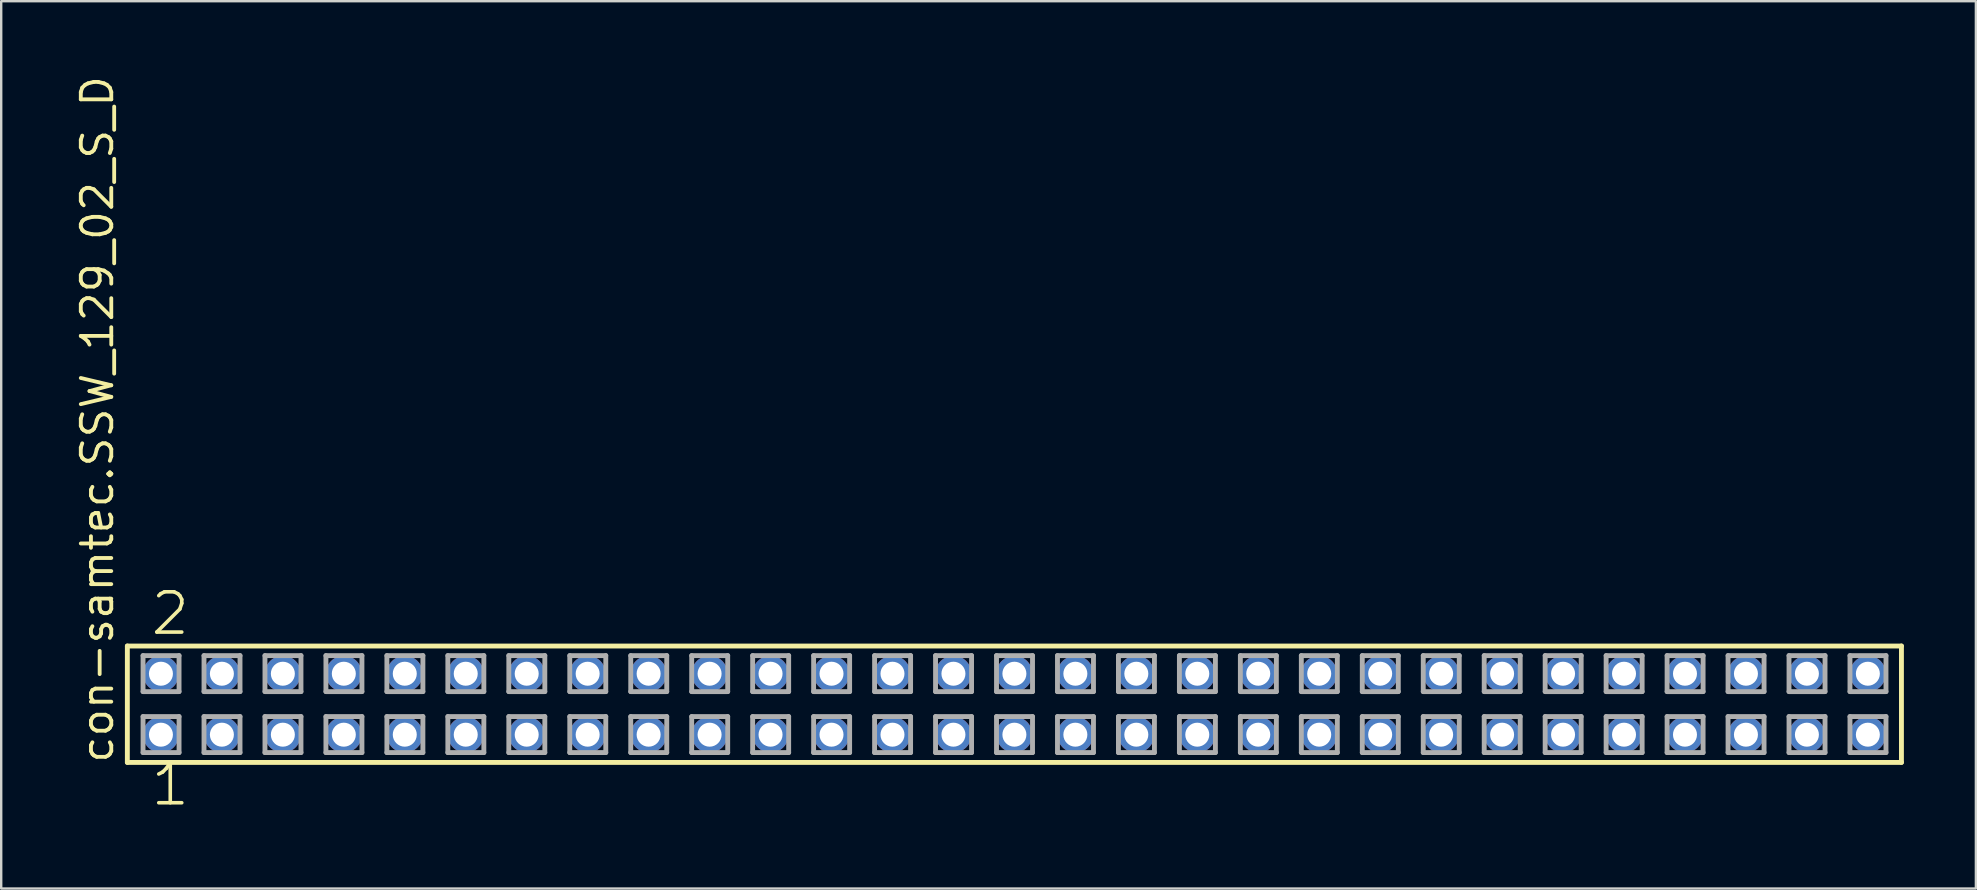
<source format=kicad_pcb>
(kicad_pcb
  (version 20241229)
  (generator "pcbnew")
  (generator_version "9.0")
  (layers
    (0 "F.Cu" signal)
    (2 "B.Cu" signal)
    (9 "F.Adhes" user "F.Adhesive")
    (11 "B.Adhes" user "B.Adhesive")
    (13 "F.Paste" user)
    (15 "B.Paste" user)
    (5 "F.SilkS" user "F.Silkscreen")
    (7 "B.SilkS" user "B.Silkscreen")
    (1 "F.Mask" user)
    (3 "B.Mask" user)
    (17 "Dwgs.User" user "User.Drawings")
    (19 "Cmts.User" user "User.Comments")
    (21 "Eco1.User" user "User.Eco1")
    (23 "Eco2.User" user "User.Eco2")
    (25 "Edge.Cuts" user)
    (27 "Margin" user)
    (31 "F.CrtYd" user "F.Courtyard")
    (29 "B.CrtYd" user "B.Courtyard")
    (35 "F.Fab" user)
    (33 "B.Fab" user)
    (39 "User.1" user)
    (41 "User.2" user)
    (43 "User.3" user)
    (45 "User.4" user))
  (footprint "con-samtec.SSW_129_02_S_D"
    (layer "F.Cu")
    (at 39.215 26.291)
    (property "Reference" "con-samtec.SSW_129_02_S_D" (at -37.465 2.54 90) (layer "F.SilkS") (effects (font (size 1.27 1.27) (thickness 0.16)) (justify left bottom)))
    (attr through_hole)
    (fp_line (start -36.959 -2.425) (end 36.959 -2.425) (stroke (width 0.203) (type default)) (layer "F.SilkS"))
    (fp_line (start -36.959 2.425) (end -36.959 -2.425) (stroke (width 0.203) (type default)) (layer "F.SilkS"))
    (fp_line (start 36.959 -2.425) (end 36.959 2.425) (stroke (width 0.203) (type default)) (layer "F.SilkS"))
    (fp_line (start 36.959 2.425) (end -36.959 2.425) (stroke (width 0.203) (type default)) (layer "F.SilkS"))
    (fp_line (start -36.305 -2.025) (end -34.805 -2.025) (stroke (width 0.203) (type default)) (layer "F.Fab"))
    (fp_line (start -36.305 -0.525) (end -36.305 -2.025) (stroke (width 0.203) (type default)) (layer "F.Fab"))
    (fp_line (start -36.305 0.515) (end -34.805 0.515) (stroke (width 0.203) (type default)) (layer "F.Fab"))
    (fp_line (start -36.305 2.015) (end -36.305 0.515) (stroke (width 0.203) (type default)) (layer "F.Fab"))
    (fp_line (start -34.805 -2.025) (end -34.805 -0.525) (stroke (width 0.203) (type default)) (layer "F.Fab"))
    (fp_line (start -34.805 -0.525) (end -36.305 -0.525) (stroke (width 0.203) (type default)) (layer "F.Fab"))
    (fp_line (start -34.805 0.515) (end -34.805 2.015) (stroke (width 0.203) (type default)) (layer "F.Fab"))
    (fp_line (start -34.805 2.015) (end -36.305 2.015) (stroke (width 0.203) (type default)) (layer "F.Fab"))
    (fp_line (start -33.765 -2.025) (end -32.265 -2.025) (stroke (width 0.203) (type default)) (layer "F.Fab"))
    (fp_line (start -33.765 -0.525) (end -33.765 -2.025) (stroke (width 0.203) (type default)) (layer "F.Fab"))
    (fp_line (start -33.765 0.515) (end -32.265 0.515) (stroke (width 0.203) (type default)) (layer "F.Fab"))
    (fp_line (start -33.765 2.015) (end -33.765 0.515) (stroke (width 0.203) (type default)) (layer "F.Fab"))
    (fp_line (start -32.265 -2.025) (end -32.265 -0.525) (stroke (width 0.203) (type default)) (layer "F.Fab"))
    (fp_line (start -32.265 -0.525) (end -33.765 -0.525) (stroke (width 0.203) (type default)) (layer "F.Fab"))
    (fp_line (start -32.265 0.515) (end -32.265 2.015) (stroke (width 0.203) (type default)) (layer "F.Fab"))
    (fp_line (start -32.265 2.015) (end -33.765 2.015) (stroke (width 0.203) (type default)) (layer "F.Fab"))
    (fp_line (start -31.225 -2.025) (end -29.725 -2.025) (stroke (width 0.203) (type default)) (layer "F.Fab"))
    (fp_line (start -31.225 -0.525) (end -31.225 -2.025) (stroke (width 0.203) (type default)) (layer "F.Fab"))
    (fp_line (start -31.225 0.515) (end -29.725 0.515) (stroke (width 0.203) (type default)) (layer "F.Fab"))
    (fp_line (start -31.225 2.015) (end -31.225 0.515) (stroke (width 0.203) (type default)) (layer "F.Fab"))
    (fp_line (start -29.725 -2.025) (end -29.725 -0.525) (stroke (width 0.203) (type default)) (layer "F.Fab"))
    (fp_line (start -29.725 -0.525) (end -31.225 -0.525) (stroke (width 0.203) (type default)) (layer "F.Fab"))
    (fp_line (start -29.725 0.515) (end -29.725 2.015) (stroke (width 0.203) (type default)) (layer "F.Fab"))
    (fp_line (start -29.725 2.015) (end -31.225 2.015) (stroke (width 0.203) (type default)) (layer "F.Fab"))
    (fp_line (start -28.685 -2.025) (end -27.185 -2.025) (stroke (width 0.203) (type default)) (layer "F.Fab"))
    (fp_line (start -28.685 -0.525) (end -28.685 -2.025) (stroke (width 0.203) (type default)) (layer "F.Fab"))
    (fp_line (start -28.685 0.515) (end -27.185 0.515) (stroke (width 0.203) (type default)) (layer "F.Fab"))
    (fp_line (start -28.685 2.015) (end -28.685 0.515) (stroke (width 0.203) (type default)) (layer "F.Fab"))
    (fp_line (start -27.185 -2.025) (end -27.185 -0.525) (stroke (width 0.203) (type default)) (layer "F.Fab"))
    (fp_line (start -27.185 -0.525) (end -28.685 -0.525) (stroke (width 0.203) (type default)) (layer "F.Fab"))
    (fp_line (start -27.185 0.515) (end -27.185 2.015) (stroke (width 0.203) (type default)) (layer "F.Fab"))
    (fp_line (start -27.185 2.015) (end -28.685 2.015) (stroke (width 0.203) (type default)) (layer "F.Fab"))
    (fp_line (start -26.145 -2.025) (end -24.645 -2.025) (stroke (width 0.203) (type default)) (layer "F.Fab"))
    (fp_line (start -26.145 -0.525) (end -26.145 -2.025) (stroke (width 0.203) (type default)) (layer "F.Fab"))
    (fp_line (start -26.145 0.515) (end -24.645 0.515) (stroke (width 0.203) (type default)) (layer "F.Fab"))
    (fp_line (start -26.145 2.015) (end -26.145 0.515) (stroke (width 0.203) (type default)) (layer "F.Fab"))
    (fp_line (start -24.645 -2.025) (end -24.645 -0.525) (stroke (width 0.203) (type default)) (layer "F.Fab"))
    (fp_line (start -24.645 -0.525) (end -26.145 -0.525) (stroke (width 0.203) (type default)) (layer "F.Fab"))
    (fp_line (start -24.645 0.515) (end -24.645 2.015) (stroke (width 0.203) (type default)) (layer "F.Fab"))
    (fp_line (start -24.645 2.015) (end -26.145 2.015) (stroke (width 0.203) (type default)) (layer "F.Fab"))
    (fp_line (start -23.605 -2.025) (end -22.105 -2.025) (stroke (width 0.203) (type default)) (layer "F.Fab"))
    (fp_line (start -23.605 -0.525) (end -23.605 -2.025) (stroke (width 0.203) (type default)) (layer "F.Fab"))
    (fp_line (start -23.605 0.515) (end -22.105 0.515) (stroke (width 0.203) (type default)) (layer "F.Fab"))
    (fp_line (start -23.605 2.015) (end -23.605 0.515) (stroke (width 0.203) (type default)) (layer "F.Fab"))
    (fp_line (start -22.105 -2.025) (end -22.105 -0.525) (stroke (width 0.203) (type default)) (layer "F.Fab"))
    (fp_line (start -22.105 -0.525) (end -23.605 -0.525) (stroke (width 0.203) (type default)) (layer "F.Fab"))
    (fp_line (start -22.105 0.515) (end -22.105 2.015) (stroke (width 0.203) (type default)) (layer "F.Fab"))
    (fp_line (start -22.105 2.015) (end -23.605 2.015) (stroke (width 0.203) (type default)) (layer "F.Fab"))
    (fp_line (start -21.065 -2.025) (end -19.565 -2.025) (stroke (width 0.203) (type default)) (layer "F.Fab"))
    (fp_line (start -21.065 -0.525) (end -21.065 -2.025) (stroke (width 0.203) (type default)) (layer "F.Fab"))
    (fp_line (start -21.065 0.515) (end -19.565 0.515) (stroke (width 0.203) (type default)) (layer "F.Fab"))
    (fp_line (start -21.065 2.015) (end -21.065 0.515) (stroke (width 0.203) (type default)) (layer "F.Fab"))
    (fp_line (start -19.565 -2.025) (end -19.565 -0.525) (stroke (width 0.203) (type default)) (layer "F.Fab"))
    (fp_line (start -19.565 -0.525) (end -21.065 -0.525) (stroke (width 0.203) (type default)) (layer "F.Fab"))
    (fp_line (start -19.565 0.515) (end -19.565 2.015) (stroke (width 0.203) (type default)) (layer "F.Fab"))
    (fp_line (start -19.565 2.015) (end -21.065 2.015) (stroke (width 0.203) (type default)) (layer "F.Fab"))
    (fp_line (start -18.525 -2.025) (end -17.025 -2.025) (stroke (width 0.203) (type default)) (layer "F.Fab"))
    (fp_line (start -18.525 -0.525) (end -18.525 -2.025) (stroke (width 0.203) (type default)) (layer "F.Fab"))
    (fp_line (start -18.525 0.515) (end -17.025 0.515) (stroke (width 0.203) (type default)) (layer "F.Fab"))
    (fp_line (start -18.525 2.015) (end -18.525 0.515) (stroke (width 0.203) (type default)) (layer "F.Fab"))
    (fp_line (start -17.025 -2.025) (end -17.025 -0.525) (stroke (width 0.203) (type default)) (layer "F.Fab"))
    (fp_line (start -17.025 -0.525) (end -18.525 -0.525) (stroke (width 0.203) (type default)) (layer "F.Fab"))
    (fp_line (start -17.025 0.515) (end -17.025 2.015) (stroke (width 0.203) (type default)) (layer "F.Fab"))
    (fp_line (start -17.025 2.015) (end -18.525 2.015) (stroke (width 0.203) (type default)) (layer "F.Fab"))
    (fp_line (start -15.985 -2.025) (end -14.485 -2.025) (stroke (width 0.203) (type default)) (layer "F.Fab"))
    (fp_line (start -15.985 -0.525) (end -15.985 -2.025) (stroke (width 0.203) (type default)) (layer "F.Fab"))
    (fp_line (start -15.985 0.515) (end -14.485 0.515) (stroke (width 0.203) (type default)) (layer "F.Fab"))
    (fp_line (start -15.985 2.015) (end -15.985 0.515) (stroke (width 0.203) (type default)) (layer "F.Fab"))
    (fp_line (start -14.485 -2.025) (end -14.485 -0.525) (stroke (width 0.203) (type default)) (layer "F.Fab"))
    (fp_line (start -14.485 -0.525) (end -15.985 -0.525) (stroke (width 0.203) (type default)) (layer "F.Fab"))
    (fp_line (start -14.485 0.515) (end -14.485 2.015) (stroke (width 0.203) (type default)) (layer "F.Fab"))
    (fp_line (start -14.485 2.015) (end -15.985 2.015) (stroke (width 0.203) (type default)) (layer "F.Fab"))
    (fp_line (start -13.445 -2.025) (end -11.945 -2.025) (stroke (width 0.203) (type default)) (layer "F.Fab"))
    (fp_line (start -13.445 -0.525) (end -13.445 -2.025) (stroke (width 0.203) (type default)) (layer "F.Fab"))
    (fp_line (start -13.445 0.515) (end -11.945 0.515) (stroke (width 0.203) (type default)) (layer "F.Fab"))
    (fp_line (start -13.445 2.015) (end -13.445 0.515) (stroke (width 0.203) (type default)) (layer "F.Fab"))
    (fp_line (start -11.945 -2.025) (end -11.945 -0.525) (stroke (width 0.203) (type default)) (layer "F.Fab"))
    (fp_line (start -11.945 -0.525) (end -13.445 -0.525) (stroke (width 0.203) (type default)) (layer "F.Fab"))
    (fp_line (start -11.945 0.515) (end -11.945 2.015) (stroke (width 0.203) (type default)) (layer "F.Fab"))
    (fp_line (start -11.945 2.015) (end -13.445 2.015) (stroke (width 0.203) (type default)) (layer "F.Fab"))
    (fp_line (start -10.905 -2.025) (end -9.405 -2.025) (stroke (width 0.203) (type default)) (layer "F.Fab"))
    (fp_line (start -10.905 -0.525) (end -10.905 -2.025) (stroke (width 0.203) (type default)) (layer "F.Fab"))
    (fp_line (start -10.905 0.515) (end -9.405 0.515) (stroke (width 0.203) (type default)) (layer "F.Fab"))
    (fp_line (start -10.905 2.015) (end -10.905 0.515) (stroke (width 0.203) (type default)) (layer "F.Fab"))
    (fp_line (start -9.405 -2.025) (end -9.405 -0.525) (stroke (width 0.203) (type default)) (layer "F.Fab"))
    (fp_line (start -9.405 -0.525) (end -10.905 -0.525) (stroke (width 0.203) (type default)) (layer "F.Fab"))
    (fp_line (start -9.405 0.515) (end -9.405 2.015) (stroke (width 0.203) (type default)) (layer "F.Fab"))
    (fp_line (start -9.405 2.015) (end -10.905 2.015) (stroke (width 0.203) (type default)) (layer "F.Fab"))
    (fp_line (start -8.365 -2.025) (end -6.865 -2.025) (stroke (width 0.203) (type default)) (layer "F.Fab"))
    (fp_line (start -8.365 -0.525) (end -8.365 -2.025) (stroke (width 0.203) (type default)) (layer "F.Fab"))
    (fp_line (start -8.365 0.515) (end -6.865 0.515) (stroke (width 0.203) (type default)) (layer "F.Fab"))
    (fp_line (start -8.365 2.015) (end -8.365 0.515) (stroke (width 0.203) (type default)) (layer "F.Fab"))
    (fp_line (start -6.865 -2.025) (end -6.865 -0.525) (stroke (width 0.203) (type default)) (layer "F.Fab"))
    (fp_line (start -6.865 -0.525) (end -8.365 -0.525) (stroke (width 0.203) (type default)) (layer "F.Fab"))
    (fp_line (start -6.865 0.515) (end -6.865 2.015) (stroke (width 0.203) (type default)) (layer "F.Fab"))
    (fp_line (start -6.865 2.015) (end -8.365 2.015) (stroke (width 0.203) (type default)) (layer "F.Fab"))
    (fp_line (start -5.825 -2.025) (end -4.325 -2.025) (stroke (width 0.203) (type default)) (layer "F.Fab"))
    (fp_line (start -5.825 -0.525) (end -5.825 -2.025) (stroke (width 0.203) (type default)) (layer "F.Fab"))
    (fp_line (start -5.825 0.515) (end -4.325 0.515) (stroke (width 0.203) (type default)) (layer "F.Fab"))
    (fp_line (start -5.825 2.015) (end -5.825 0.515) (stroke (width 0.203) (type default)) (layer "F.Fab"))
    (fp_line (start -4.325 -2.025) (end -4.325 -0.525) (stroke (width 0.203) (type default)) (layer "F.Fab"))
    (fp_line (start -4.325 -0.525) (end -5.825 -0.525) (stroke (width 0.203) (type default)) (layer "F.Fab"))
    (fp_line (start -4.325 0.515) (end -4.325 2.015) (stroke (width 0.203) (type default)) (layer "F.Fab"))
    (fp_line (start -4.325 2.015) (end -5.825 2.015) (stroke (width 0.203) (type default)) (layer "F.Fab"))
    (fp_line (start -3.285 -2.025) (end -1.785 -2.025) (stroke (width 0.203) (type default)) (layer "F.Fab"))
    (fp_line (start -3.285 -0.525) (end -3.285 -2.025) (stroke (width 0.203) (type default)) (layer "F.Fab"))
    (fp_line (start -3.285 0.515) (end -1.785 0.515) (stroke (width 0.203) (type default)) (layer "F.Fab"))
    (fp_line (start -3.285 2.015) (end -3.285 0.515) (stroke (width 0.203) (type default)) (layer "F.Fab"))
    (fp_line (start -1.785 -2.025) (end -1.785 -0.525) (stroke (width 0.203) (type default)) (layer "F.Fab"))
    (fp_line (start -1.785 -0.525) (end -3.285 -0.525) (stroke (width 0.203) (type default)) (layer "F.Fab"))
    (fp_line (start -1.785 0.515) (end -1.785 2.015) (stroke (width 0.203) (type default)) (layer "F.Fab"))
    (fp_line (start -1.785 2.015) (end -3.285 2.015) (stroke (width 0.203) (type default)) (layer "F.Fab"))
    (fp_line (start -0.745 -2.025) (end 0.755 -2.025) (stroke (width 0.203) (type default)) (layer "F.Fab"))
    (fp_line (start -0.745 -0.525) (end -0.745 -2.025) (stroke (width 0.203) (type default)) (layer "F.Fab"))
    (fp_line (start -0.745 0.515) (end 0.755 0.515) (stroke (width 0.203) (type default)) (layer "F.Fab"))
    (fp_line (start -0.745 2.015) (end -0.745 0.515) (stroke (width 0.203) (type default)) (layer "F.Fab"))
    (fp_line (start 0.755 -2.025) (end 0.755 -0.525) (stroke (width 0.203) (type default)) (layer "F.Fab"))
    (fp_line (start 0.755 -0.525) (end -0.745 -0.525) (stroke (width 0.203) (type default)) (layer "F.Fab"))
    (fp_line (start 0.755 0.515) (end 0.755 2.015) (stroke (width 0.203) (type default)) (layer "F.Fab"))
    (fp_line (start 0.755 2.015) (end -0.745 2.015) (stroke (width 0.203) (type default)) (layer "F.Fab"))
    (fp_line (start 1.795 -2.025) (end 3.295 -2.025) (stroke (width 0.203) (type default)) (layer "F.Fab"))
    (fp_line (start 1.795 -0.525) (end 1.795 -2.025) (stroke (width 0.203) (type default)) (layer "F.Fab"))
    (fp_line (start 1.795 0.515) (end 3.295 0.515) (stroke (width 0.203) (type default)) (layer "F.Fab"))
    (fp_line (start 1.795 2.015) (end 1.795 0.515) (stroke (width 0.203) (type default)) (layer "F.Fab"))
    (fp_line (start 3.295 -2.025) (end 3.295 -0.525) (stroke (width 0.203) (type default)) (layer "F.Fab"))
    (fp_line (start 3.295 -0.525) (end 1.795 -0.525) (stroke (width 0.203) (type default)) (layer "F.Fab"))
    (fp_line (start 3.295 0.515) (end 3.295 2.015) (stroke (width 0.203) (type default)) (layer "F.Fab"))
    (fp_line (start 3.295 2.015) (end 1.795 2.015) (stroke (width 0.203) (type default)) (layer "F.Fab"))
    (fp_line (start 4.335 -2.025) (end 5.835 -2.025) (stroke (width 0.203) (type default)) (layer "F.Fab"))
    (fp_line (start 4.335 -0.525) (end 4.335 -2.025) (stroke (width 0.203) (type default)) (layer "F.Fab"))
    (fp_line (start 4.335 0.515) (end 5.835 0.515) (stroke (width 0.203) (type default)) (layer "F.Fab"))
    (fp_line (start 4.335 2.015) (end 4.335 0.515) (stroke (width 0.203) (type default)) (layer "F.Fab"))
    (fp_line (start 5.835 -2.025) (end 5.835 -0.525) (stroke (width 0.203) (type default)) (layer "F.Fab"))
    (fp_line (start 5.835 -0.525) (end 4.335 -0.525) (stroke (width 0.203) (type default)) (layer "F.Fab"))
    (fp_line (start 5.835 0.515) (end 5.835 2.015) (stroke (width 0.203) (type default)) (layer "F.Fab"))
    (fp_line (start 5.835 2.015) (end 4.335 2.015) (stroke (width 0.203) (type default)) (layer "F.Fab"))
    (fp_line (start 6.875 -2.025) (end 8.375 -2.025) (stroke (width 0.203) (type default)) (layer "F.Fab"))
    (fp_line (start 6.875 -0.525) (end 6.875 -2.025) (stroke (width 0.203) (type default)) (layer "F.Fab"))
    (fp_line (start 6.875 0.515) (end 8.375 0.515) (stroke (width 0.203) (type default)) (layer "F.Fab"))
    (fp_line (start 6.875 2.015) (end 6.875 0.515) (stroke (width 0.203) (type default)) (layer "F.Fab"))
    (fp_line (start 8.375 -2.025) (end 8.375 -0.525) (stroke (width 0.203) (type default)) (layer "F.Fab"))
    (fp_line (start 8.375 -0.525) (end 6.875 -0.525) (stroke (width 0.203) (type default)) (layer "F.Fab"))
    (fp_line (start 8.375 0.515) (end 8.375 2.015) (stroke (width 0.203) (type default)) (layer "F.Fab"))
    (fp_line (start 8.375 2.015) (end 6.875 2.015) (stroke (width 0.203) (type default)) (layer "F.Fab"))
    (fp_line (start 9.415 -2.025) (end 10.915 -2.025) (stroke (width 0.203) (type default)) (layer "F.Fab"))
    (fp_line (start 9.415 -0.525) (end 9.415 -2.025) (stroke (width 0.203) (type default)) (layer "F.Fab"))
    (fp_line (start 9.415 0.515) (end 10.915 0.515) (stroke (width 0.203) (type default)) (layer "F.Fab"))
    (fp_line (start 9.415 2.015) (end 9.415 0.515) (stroke (width 0.203) (type default)) (layer "F.Fab"))
    (fp_line (start 10.915 -2.025) (end 10.915 -0.525) (stroke (width 0.203) (type default)) (layer "F.Fab"))
    (fp_line (start 10.915 -0.525) (end 9.415 -0.525) (stroke (width 0.203) (type default)) (layer "F.Fab"))
    (fp_line (start 10.915 0.515) (end 10.915 2.015) (stroke (width 0.203) (type default)) (layer "F.Fab"))
    (fp_line (start 10.915 2.015) (end 9.415 2.015) (stroke (width 0.203) (type default)) (layer "F.Fab"))
    (fp_line (start 11.955 -2.025) (end 13.455 -2.025) (stroke (width 0.203) (type default)) (layer "F.Fab"))
    (fp_line (start 11.955 -0.525) (end 11.955 -2.025) (stroke (width 0.203) (type default)) (layer "F.Fab"))
    (fp_line (start 11.955 0.515) (end 13.455 0.515) (stroke (width 0.203) (type default)) (layer "F.Fab"))
    (fp_line (start 11.955 2.015) (end 11.955 0.515) (stroke (width 0.203) (type default)) (layer "F.Fab"))
    (fp_line (start 13.455 -2.025) (end 13.455 -0.525) (stroke (width 0.203) (type default)) (layer "F.Fab"))
    (fp_line (start 13.455 -0.525) (end 11.955 -0.525) (stroke (width 0.203) (type default)) (layer "F.Fab"))
    (fp_line (start 13.455 0.515) (end 13.455 2.015) (stroke (width 0.203) (type default)) (layer "F.Fab"))
    (fp_line (start 13.455 2.015) (end 11.955 2.015) (stroke (width 0.203) (type default)) (layer "F.Fab"))
    (fp_line (start 14.495 -2.025) (end 15.995 -2.025) (stroke (width 0.203) (type default)) (layer "F.Fab"))
    (fp_line (start 14.495 -0.525) (end 14.495 -2.025) (stroke (width 0.203) (type default)) (layer "F.Fab"))
    (fp_line (start 14.495 0.515) (end 15.995 0.515) (stroke (width 0.203) (type default)) (layer "F.Fab"))
    (fp_line (start 14.495 2.015) (end 14.495 0.515) (stroke (width 0.203) (type default)) (layer "F.Fab"))
    (fp_line (start 15.995 -2.025) (end 15.995 -0.525) (stroke (width 0.203) (type default)) (layer "F.Fab"))
    (fp_line (start 15.995 -0.525) (end 14.495 -0.525) (stroke (width 0.203) (type default)) (layer "F.Fab"))
    (fp_line (start 15.995 0.515) (end 15.995 2.015) (stroke (width 0.203) (type default)) (layer "F.Fab"))
    (fp_line (start 15.995 2.015) (end 14.495 2.015) (stroke (width 0.203) (type default)) (layer "F.Fab"))
    (fp_line (start 17.035 -2.025) (end 18.535 -2.025) (stroke (width 0.203) (type default)) (layer "F.Fab"))
    (fp_line (start 17.035 -0.525) (end 17.035 -2.025) (stroke (width 0.203) (type default)) (layer "F.Fab"))
    (fp_line (start 17.035 0.515) (end 18.535 0.515) (stroke (width 0.203) (type default)) (layer "F.Fab"))
    (fp_line (start 17.035 2.015) (end 17.035 0.515) (stroke (width 0.203) (type default)) (layer "F.Fab"))
    (fp_line (start 18.535 -2.025) (end 18.535 -0.525) (stroke (width 0.203) (type default)) (layer "F.Fab"))
    (fp_line (start 18.535 -0.525) (end 17.035 -0.525) (stroke (width 0.203) (type default)) (layer "F.Fab"))
    (fp_line (start 18.535 0.515) (end 18.535 2.015) (stroke (width 0.203) (type default)) (layer "F.Fab"))
    (fp_line (start 18.535 2.015) (end 17.035 2.015) (stroke (width 0.203) (type default)) (layer "F.Fab"))
    (fp_line (start 19.575 -2.025) (end 21.075 -2.025) (stroke (width 0.203) (type default)) (layer "F.Fab"))
    (fp_line (start 19.575 -0.525) (end 19.575 -2.025) (stroke (width 0.203) (type default)) (layer "F.Fab"))
    (fp_line (start 19.575 0.515) (end 21.075 0.515) (stroke (width 0.203) (type default)) (layer "F.Fab"))
    (fp_line (start 19.575 2.015) (end 19.575 0.515) (stroke (width 0.203) (type default)) (layer "F.Fab"))
    (fp_line (start 21.075 -2.025) (end 21.075 -0.525) (stroke (width 0.203) (type default)) (layer "F.Fab"))
    (fp_line (start 21.075 -0.525) (end 19.575 -0.525) (stroke (width 0.203) (type default)) (layer "F.Fab"))
    (fp_line (start 21.075 0.515) (end 21.075 2.015) (stroke (width 0.203) (type default)) (layer "F.Fab"))
    (fp_line (start 21.075 2.015) (end 19.575 2.015) (stroke (width 0.203) (type default)) (layer "F.Fab"))
    (fp_line (start 22.115 -2.025) (end 23.615 -2.025) (stroke (width 0.203) (type default)) (layer "F.Fab"))
    (fp_line (start 22.115 -0.525) (end 22.115 -2.025) (stroke (width 0.203) (type default)) (layer "F.Fab"))
    (fp_line (start 22.115 0.515) (end 23.615 0.515) (stroke (width 0.203) (type default)) (layer "F.Fab"))
    (fp_line (start 22.115 2.015) (end 22.115 0.515) (stroke (width 0.203) (type default)) (layer "F.Fab"))
    (fp_line (start 23.615 -2.025) (end 23.615 -0.525) (stroke (width 0.203) (type default)) (layer "F.Fab"))
    (fp_line (start 23.615 -0.525) (end 22.115 -0.525) (stroke (width 0.203) (type default)) (layer "F.Fab"))
    (fp_line (start 23.615 0.515) (end 23.615 2.015) (stroke (width 0.203) (type default)) (layer "F.Fab"))
    (fp_line (start 23.615 2.015) (end 22.115 2.015) (stroke (width 0.203) (type default)) (layer "F.Fab"))
    (fp_line (start 24.655 -2.025) (end 26.155 -2.025) (stroke (width 0.203) (type default)) (layer "F.Fab"))
    (fp_line (start 24.655 -0.525) (end 24.655 -2.025) (stroke (width 0.203) (type default)) (layer "F.Fab"))
    (fp_line (start 24.655 0.515) (end 26.155 0.515) (stroke (width 0.203) (type default)) (layer "F.Fab"))
    (fp_line (start 24.655 2.015) (end 24.655 0.515) (stroke (width 0.203) (type default)) (layer "F.Fab"))
    (fp_line (start 26.155 -2.025) (end 26.155 -0.525) (stroke (width 0.203) (type default)) (layer "F.Fab"))
    (fp_line (start 26.155 -0.525) (end 24.655 -0.525) (stroke (width 0.203) (type default)) (layer "F.Fab"))
    (fp_line (start 26.155 0.515) (end 26.155 2.015) (stroke (width 0.203) (type default)) (layer "F.Fab"))
    (fp_line (start 26.155 2.015) (end 24.655 2.015) (stroke (width 0.203) (type default)) (layer "F.Fab"))
    (fp_line (start 27.195 -2.025) (end 28.695 -2.025) (stroke (width 0.203) (type default)) (layer "F.Fab"))
    (fp_line (start 27.195 -0.525) (end 27.195 -2.025) (stroke (width 0.203) (type default)) (layer "F.Fab"))
    (fp_line (start 27.195 0.515) (end 28.695 0.515) (stroke (width 0.203) (type default)) (layer "F.Fab"))
    (fp_line (start 27.195 2.015) (end 27.195 0.515) (stroke (width 0.203) (type default)) (layer "F.Fab"))
    (fp_line (start 28.695 -2.025) (end 28.695 -0.525) (stroke (width 0.203) (type default)) (layer "F.Fab"))
    (fp_line (start 28.695 -0.525) (end 27.195 -0.525) (stroke (width 0.203) (type default)) (layer "F.Fab"))
    (fp_line (start 28.695 0.515) (end 28.695 2.015) (stroke (width 0.203) (type default)) (layer "F.Fab"))
    (fp_line (start 28.695 2.015) (end 27.195 2.015) (stroke (width 0.203) (type default)) (layer "F.Fab"))
    (fp_line (start 29.735 -2.025) (end 31.235 -2.025) (stroke (width 0.203) (type default)) (layer "F.Fab"))
    (fp_line (start 29.735 -0.525) (end 29.735 -2.025) (stroke (width 0.203) (type default)) (layer "F.Fab"))
    (fp_line (start 29.735 0.515) (end 31.235 0.515) (stroke (width 0.203) (type default)) (layer "F.Fab"))
    (fp_line (start 29.735 2.015) (end 29.735 0.515) (stroke (width 0.203) (type default)) (layer "F.Fab"))
    (fp_line (start 31.235 -2.025) (end 31.235 -0.525) (stroke (width 0.203) (type default)) (layer "F.Fab"))
    (fp_line (start 31.235 -0.525) (end 29.735 -0.525) (stroke (width 0.203) (type default)) (layer "F.Fab"))
    (fp_line (start 31.235 0.515) (end 31.235 2.015) (stroke (width 0.203) (type default)) (layer "F.Fab"))
    (fp_line (start 31.235 2.015) (end 29.735 2.015) (stroke (width 0.203) (type default)) (layer "F.Fab"))
    (fp_line (start 32.275 -2.025) (end 33.775 -2.025) (stroke (width 0.203) (type default)) (layer "F.Fab"))
    (fp_line (start 32.275 -0.525) (end 32.275 -2.025) (stroke (width 0.203) (type default)) (layer "F.Fab"))
    (fp_line (start 32.275 0.515) (end 33.775 0.515) (stroke (width 0.203) (type default)) (layer "F.Fab"))
    (fp_line (start 32.275 2.015) (end 32.275 0.515) (stroke (width 0.203) (type default)) (layer "F.Fab"))
    (fp_line (start 33.775 -2.025) (end 33.775 -0.525) (stroke (width 0.203) (type default)) (layer "F.Fab"))
    (fp_line (start 33.775 -0.525) (end 32.275 -0.525) (stroke (width 0.203) (type default)) (layer "F.Fab"))
    (fp_line (start 33.775 0.515) (end 33.775 2.015) (stroke (width 0.203) (type default)) (layer "F.Fab"))
    (fp_line (start 33.775 2.015) (end 32.275 2.015) (stroke (width 0.203) (type default)) (layer "F.Fab"))
    (fp_line (start 34.815 -2.025) (end 36.315 -2.025) (stroke (width 0.203) (type default)) (layer "F.Fab"))
    (fp_line (start 34.815 -0.525) (end 34.815 -2.025) (stroke (width 0.203) (type default)) (layer "F.Fab"))
    (fp_line (start 34.815 0.515) (end 36.315 0.515) (stroke (width 0.203) (type default)) (layer "F.Fab"))
    (fp_line (start 34.815 2.015) (end 34.815 0.515) (stroke (width 0.203) (type default)) (layer "F.Fab"))
    (fp_line (start 36.315 -2.025) (end 36.315 -0.525) (stroke (width 0.203) (type default)) (layer "F.Fab"))
    (fp_line (start 36.315 -0.525) (end 34.815 -0.525) (stroke (width 0.203) (type default)) (layer "F.Fab"))
    (fp_line (start 36.315 0.515) (end 36.315 2.015) (stroke (width 0.203) (type default)) (layer "F.Fab"))
    (fp_line (start 36.315 2.015) (end 34.815 2.015) (stroke (width 0.203) (type default)) (layer "F.Fab"))
    (fp_text user "1" (at -36.068 4.318 0) (layer "F.SilkS") (effects (font (size 1.676 1.676) (thickness 0.15)) (justify left bottom)))
    (fp_text user "2" (at -36.068 -2.794 0) (layer "F.SilkS") (effects (font (size 1.676 1.676) (thickness 0.15)) (justify left bottom)))
    (pad "1" thru_hole circle (at -35.56 1.27) (size 1.5 1.5) (drill 1) (layers "*.Cu" "*.Mask"))
    (pad "2" thru_hole circle (at -35.56 -1.27) (size 1.5 1.5) (drill 1) (layers "*.Cu" "*.Mask"))
    (pad "3" thru_hole circle (at -33.02 1.27) (size 1.5 1.5) (drill 1) (layers "*.Cu" "*.Mask"))
    (pad "4" thru_hole circle (at -33.02 -1.27) (size 1.5 1.5) (drill 1) (layers "*.Cu" "*.Mask"))
    (pad "5" thru_hole circle (at -30.48 1.27) (size 1.5 1.5) (drill 1) (layers "*.Cu" "*.Mask"))
    (pad "6" thru_hole circle (at -30.48 -1.27) (size 1.5 1.5) (drill 1) (layers "*.Cu" "*.Mask"))
    (pad "7" thru_hole circle (at -27.94 1.27) (size 1.5 1.5) (drill 1) (layers "*.Cu" "*.Mask"))
    (pad "8" thru_hole circle (at -27.94 -1.27) (size 1.5 1.5) (drill 1) (layers "*.Cu" "*.Mask"))
    (pad "9" thru_hole circle (at -25.4 1.27) (size 1.5 1.5) (drill 1) (layers "*.Cu" "*.Mask"))
    (pad "10" thru_hole circle (at -25.4 -1.27) (size 1.5 1.5) (drill 1) (layers "*.Cu" "*.Mask"))
    (pad "11" thru_hole circle (at -22.86 1.27) (size 1.5 1.5) (drill 1) (layers "*.Cu" "*.Mask"))
    (pad "12" thru_hole circle (at -22.86 -1.27) (size 1.5 1.5) (drill 1) (layers "*.Cu" "*.Mask"))
    (pad "13" thru_hole circle (at -20.32 1.27) (size 1.5 1.5) (drill 1) (layers "*.Cu" "*.Mask"))
    (pad "14" thru_hole circle (at -20.32 -1.27) (size 1.5 1.5) (drill 1) (layers "*.Cu" "*.Mask"))
    (pad "15" thru_hole circle (at -17.78 1.27) (size 1.5 1.5) (drill 1) (layers "*.Cu" "*.Mask"))
    (pad "16" thru_hole circle (at -17.78 -1.27) (size 1.5 1.5) (drill 1) (layers "*.Cu" "*.Mask"))
    (pad "17" thru_hole circle (at -15.24 1.27) (size 1.5 1.5) (drill 1) (layers "*.Cu" "*.Mask"))
    (pad "18" thru_hole circle (at -15.24 -1.27) (size 1.5 1.5) (drill 1) (layers "*.Cu" "*.Mask"))
    (pad "19" thru_hole circle (at -12.7 1.27) (size 1.5 1.5) (drill 1) (layers "*.Cu" "*.Mask"))
    (pad "20" thru_hole circle (at -12.7 -1.27) (size 1.5 1.5) (drill 1) (layers "*.Cu" "*.Mask"))
    (pad "21" thru_hole circle (at -10.16 1.27) (size 1.5 1.5) (drill 1) (layers "*.Cu" "*.Mask"))
    (pad "22" thru_hole circle (at -10.16 -1.27) (size 1.5 1.5) (drill 1) (layers "*.Cu" "*.Mask"))
    (pad "23" thru_hole circle (at -7.62 1.27) (size 1.5 1.5) (drill 1) (layers "*.Cu" "*.Mask"))
    (pad "24" thru_hole circle (at -7.62 -1.27) (size 1.5 1.5) (drill 1) (layers "*.Cu" "*.Mask"))
    (pad "25" thru_hole circle (at -5.08 1.27) (size 1.5 1.5) (drill 1) (layers "*.Cu" "*.Mask"))
    (pad "26" thru_hole circle (at -5.08 -1.27) (size 1.5 1.5) (drill 1) (layers "*.Cu" "*.Mask"))
    (pad "27" thru_hole circle (at -2.54 1.27) (size 1.5 1.5) (drill 1) (layers "*.Cu" "*.Mask"))
    (pad "28" thru_hole circle (at -2.54 -1.27) (size 1.5 1.5) (drill 1) (layers "*.Cu" "*.Mask"))
    (pad "29" thru_hole circle (at 0 1.27) (size 1.5 1.5) (drill 1) (layers "*.Cu" "*.Mask"))
    (pad "30" thru_hole circle (at 0 -1.27) (size 1.5 1.5) (drill 1) (layers "*.Cu" "*.Mask"))
    (pad "31" thru_hole circle (at 2.54 1.27) (size 1.5 1.5) (drill 1) (layers "*.Cu" "*.Mask"))
    (pad "32" thru_hole circle (at 2.54 -1.27) (size 1.5 1.5) (drill 1) (layers "*.Cu" "*.Mask"))
    (pad "33" thru_hole circle (at 5.08 1.27) (size 1.5 1.5) (drill 1) (layers "*.Cu" "*.Mask"))
    (pad "34" thru_hole circle (at 5.08 -1.27) (size 1.5 1.5) (drill 1) (layers "*.Cu" "*.Mask"))
    (pad "35" thru_hole circle (at 7.62 1.27) (size 1.5 1.5) (drill 1) (layers "*.Cu" "*.Mask"))
    (pad "36" thru_hole circle (at 7.62 -1.27) (size 1.5 1.5) (drill 1) (layers "*.Cu" "*.Mask"))
    (pad "37" thru_hole circle (at 10.16 1.27) (size 1.5 1.5) (drill 1) (layers "*.Cu" "*.Mask"))
    (pad "38" thru_hole circle (at 10.16 -1.27) (size 1.5 1.5) (drill 1) (layers "*.Cu" "*.Mask"))
    (pad "39" thru_hole circle (at 12.7 1.27) (size 1.5 1.5) (drill 1) (layers "*.Cu" "*.Mask"))
    (pad "40" thru_hole circle (at 12.7 -1.27) (size 1.5 1.5) (drill 1) (layers "*.Cu" "*.Mask"))
    (pad "41" thru_hole circle (at 15.24 1.27) (size 1.5 1.5) (drill 1) (layers "*.Cu" "*.Mask"))
    (pad "42" thru_hole circle (at 15.24 -1.27) (size 1.5 1.5) (drill 1) (layers "*.Cu" "*.Mask"))
    (pad "43" thru_hole circle (at 17.78 1.27) (size 1.5 1.5) (drill 1) (layers "*.Cu" "*.Mask"))
    (pad "44" thru_hole circle (at 17.78 -1.27) (size 1.5 1.5) (drill 1) (layers "*.Cu" "*.Mask"))
    (pad "45" thru_hole circle (at 20.32 1.27) (size 1.5 1.5) (drill 1) (layers "*.Cu" "*.Mask"))
    (pad "46" thru_hole circle (at 20.32 -1.27) (size 1.5 1.5) (drill 1) (layers "*.Cu" "*.Mask"))
    (pad "47" thru_hole circle (at 22.86 1.27) (size 1.5 1.5) (drill 1) (layers "*.Cu" "*.Mask"))
    (pad "48" thru_hole circle (at 22.86 -1.27) (size 1.5 1.5) (drill 1) (layers "*.Cu" "*.Mask"))
    (pad "49" thru_hole circle (at 25.4 1.27) (size 1.5 1.5) (drill 1) (layers "*.Cu" "*.Mask"))
    (pad "50" thru_hole circle (at 25.4 -1.27) (size 1.5 1.5) (drill 1) (layers "*.Cu" "*.Mask"))
    (pad "51" thru_hole circle (at 27.94 1.27) (size 1.5 1.5) (drill 1) (layers "*.Cu" "*.Mask"))
    (pad "52" thru_hole circle (at 27.94 -1.27) (size 1.5 1.5) (drill 1) (layers "*.Cu" "*.Mask"))
    (pad "53" thru_hole circle (at 30.48 1.27) (size 1.5 1.5) (drill 1) (layers "*.Cu" "*.Mask"))
    (pad "54" thru_hole circle (at 30.48 -1.27) (size 1.5 1.5) (drill 1) (layers "*.Cu" "*.Mask"))
    (pad "55" thru_hole circle (at 33.02 1.27) (size 1.5 1.5) (drill 1) (layers "*.Cu" "*.Mask"))
    (pad "56" thru_hole circle (at 33.02 -1.27) (size 1.5 1.5) (drill 1) (layers "*.Cu" "*.Mask"))
    (pad "57" thru_hole circle (at 35.56 1.27) (size 1.5 1.5) (drill 1) (layers "*.Cu" "*.Mask"))
    (pad "58" thru_hole circle (at 35.56 -1.27) (size 1.5 1.5) (drill 1) (layers "*.Cu" "*.Mask")))
  (gr_rect
    (start -3 -3)
    (end 79.276 33.971)
    (stroke (width 0.1) (type default))
    (fill no)
    (layer "Edge.Cuts")))
</source>
